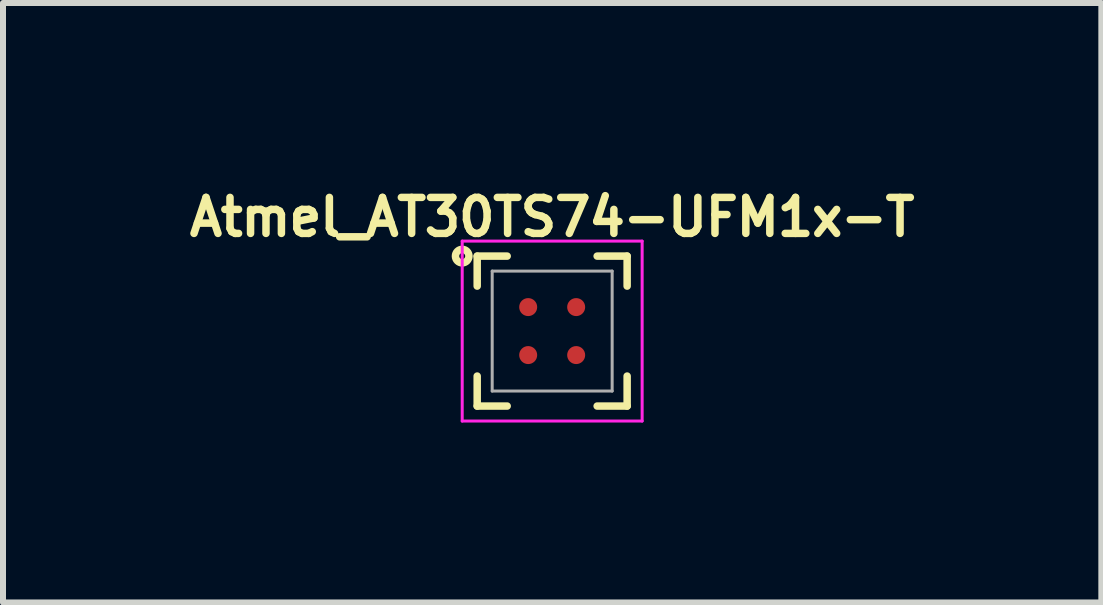
<source format=kicad_pcb>
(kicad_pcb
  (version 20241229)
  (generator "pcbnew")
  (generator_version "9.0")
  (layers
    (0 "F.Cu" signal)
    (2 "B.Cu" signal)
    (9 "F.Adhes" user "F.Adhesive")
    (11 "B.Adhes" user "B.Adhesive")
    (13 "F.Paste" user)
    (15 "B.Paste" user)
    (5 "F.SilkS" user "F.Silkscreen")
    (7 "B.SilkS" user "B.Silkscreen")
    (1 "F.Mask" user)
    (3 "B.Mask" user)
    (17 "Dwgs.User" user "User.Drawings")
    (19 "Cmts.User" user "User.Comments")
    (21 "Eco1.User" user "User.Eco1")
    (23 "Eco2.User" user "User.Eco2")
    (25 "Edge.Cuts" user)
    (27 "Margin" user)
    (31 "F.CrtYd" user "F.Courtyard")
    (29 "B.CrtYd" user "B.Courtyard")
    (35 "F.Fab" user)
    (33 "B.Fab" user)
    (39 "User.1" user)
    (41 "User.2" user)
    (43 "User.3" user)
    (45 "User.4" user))
  (footprint "Atmel_AT30TS74-UFM1x-T"
    (layer "F.Cu")
    (at 6.156 2.47)
    (property "Reference" "Atmel_AT30TS74-UFM1x-T" (at 0 -1.9 0) (layer "F.SilkS") (effects (font (size 0.6 0.6) (thickness 0.125))))
    (attr smd)
    (fp_line (start -1.25 -1.25) (end -1.25 -0.75) (stroke (width 0.125) (type solid)) (layer "F.SilkS"))
    (fp_line (start -1.25 -1.25) (end -0.75 -1.25) (stroke (width 0.125) (type solid)) (layer "F.SilkS"))
    (fp_line (start -1.25 1.25) (end -1.25 0.75) (stroke (width 0.125) (type solid)) (layer "F.SilkS"))
    (fp_line (start -0.75 1.25) (end -1.25 1.25) (stroke (width 0.125) (type solid)) (layer "F.SilkS"))
    (fp_line (start 0.75 -1.25) (end 1.25 -1.25) (stroke (width 0.125) (type solid)) (layer "F.SilkS"))
    (fp_line (start 1.25 -1.25) (end 1.25 -0.75) (stroke (width 0.125) (type solid)) (layer "F.SilkS"))
    (fp_line (start 1.25 0.75) (end 1.25 1.25) (stroke (width 0.125) (type solid)) (layer "F.SilkS"))
    (fp_line (start 1.25 1.25) (end 0.75 1.25) (stroke (width 0.125) (type solid)) (layer "F.SilkS"))
    (fp_circle (center -1.5 -1.25) (end -1.45 -1.25) (stroke (width 0.125) (type solid)) (fill no) (layer "F.SilkS"))
    (fp_line (start -1.5 -1.5) (end 1.5 -1.5) (stroke (width 0.05) (type solid)) (layer "F.CrtYd"))
    (fp_line (start -1.5 1.5) (end -1.5 -1.5) (stroke (width 0.05) (type solid)) (layer "F.CrtYd"))
    (fp_line (start 1.5 -1.5) (end 1.5 1.5) (stroke (width 0.05) (type solid)) (layer "F.CrtYd"))
    (fp_line (start 1.5 1.5) (end -1.5 1.5) (stroke (width 0.05) (type solid)) (layer "F.CrtYd"))
    (fp_line (start -1 -1) (end 1 -1) (stroke (width 0.05) (type solid)) (layer "F.Fab"))
    (fp_line (start -1 1) (end -1 -1) (stroke (width 0.05) (type solid)) (layer "F.Fab"))
    (fp_line (start 1 -1) (end 1 1) (stroke (width 0.05) (type solid)) (layer "F.Fab"))
    (fp_line (start 1 1) (end -1 1) (stroke (width 0.05) (type solid)) (layer "F.Fab"))
    (pad "A1" smd circle (at -0.4 -0.4) (size 0.3 0.3) (layers "F.Cu" "F.Mask" "F.Paste"))
    (pad "A2" smd circle (at 0.4 -0.4) (size 0.3 0.3) (layers "F.Cu" "F.Mask" "F.Paste"))
    (pad "B1" smd circle (at -0.4 0.4) (size 0.3 0.3) (layers "F.Cu" "F.Mask" "F.Paste"))
    (pad "B2" smd circle (at 0.4 0.4) (size 0.3 0.3) (layers "F.Cu" "F.Mask" "F.Paste")))
  (gr_rect
    (start -3 -3)
    (end 15.312 6.995)
    (stroke (width 0.1) (type default))
    (fill no)
    (layer "Edge.Cuts")))
</source>
